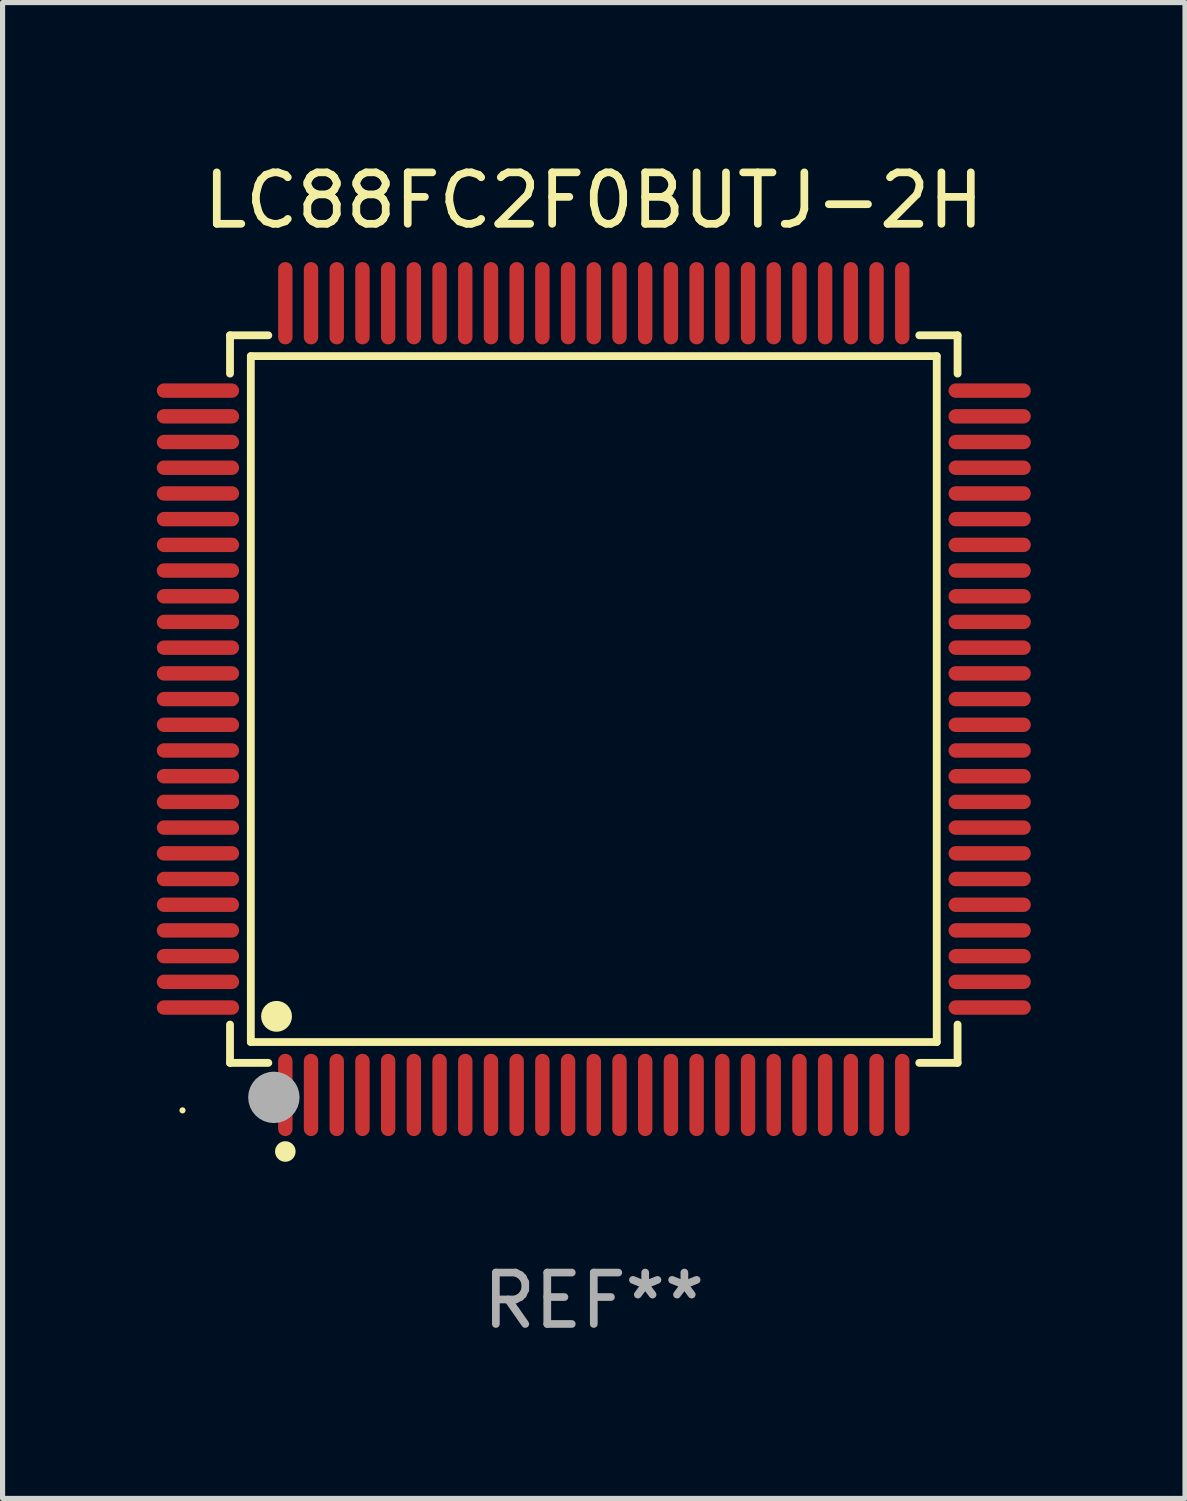
<source format=kicad_pcb>
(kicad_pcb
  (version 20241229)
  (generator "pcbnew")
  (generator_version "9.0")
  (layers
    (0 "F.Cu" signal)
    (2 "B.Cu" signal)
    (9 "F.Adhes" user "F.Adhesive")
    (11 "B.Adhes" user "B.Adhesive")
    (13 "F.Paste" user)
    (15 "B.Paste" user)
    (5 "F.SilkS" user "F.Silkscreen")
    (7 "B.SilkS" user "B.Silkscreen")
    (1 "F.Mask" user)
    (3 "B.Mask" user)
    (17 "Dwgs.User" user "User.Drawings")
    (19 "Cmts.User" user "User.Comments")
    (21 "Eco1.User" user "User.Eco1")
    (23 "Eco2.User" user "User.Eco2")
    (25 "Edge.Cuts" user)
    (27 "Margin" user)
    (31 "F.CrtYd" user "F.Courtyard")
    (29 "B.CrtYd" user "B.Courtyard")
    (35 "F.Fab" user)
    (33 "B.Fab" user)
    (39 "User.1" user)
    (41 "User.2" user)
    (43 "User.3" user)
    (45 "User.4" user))
  (footprint "LC88FC2F0BUTJ-2H"
    (layer "F.Cu")
    (at 8.5 10.548)
    (property "Reference" "LC88FC2F0BUTJ-2H" (at 0 -9.7 0) (layer "F.SilkS") (effects (font (size 1 1) (thickness 0.15))))
    (attr through_hole)
    (fp_line (start -7.076 -7.076) (end -6.331 -7.076) (stroke (width 0.152) (type solid)) (layer "F.SilkS"))
    (fp_line (start -7.076 -6.331) (end -7.076 -7.076) (stroke (width 0.152) (type solid)) (layer "F.SilkS"))
    (fp_line (start -7.076 6.331) (end -7.076 7.076) (stroke (width 0.152) (type solid)) (layer "F.SilkS"))
    (fp_line (start -7.076 7.076) (end -6.331 7.076) (stroke (width 0.152) (type solid)) (layer "F.SilkS"))
    (fp_line (start -6.671 -6.671) (end 6.671 -6.671) (stroke (width 0.152) (type solid)) (layer "F.SilkS"))
    (fp_line (start -6.671 6.671) (end -6.671 -6.671) (stroke (width 0.152) (type solid)) (layer "F.SilkS"))
    (fp_line (start 6.671 -6.671) (end 6.671 6.671) (stroke (width 0.152) (type solid)) (layer "F.SilkS"))
    (fp_line (start 6.671 6.671) (end -6.671 6.671) (stroke (width 0.152) (type solid)) (layer "F.SilkS"))
    (fp_line (start 7.076 -7.076) (end 6.331 -7.076) (stroke (width 0.152) (type solid)) (layer "F.SilkS"))
    (fp_line (start 7.076 -6.331) (end 7.076 -7.076) (stroke (width 0.152) (type solid)) (layer "F.SilkS"))
    (fp_line (start 7.076 6.331) (end 7.076 7.076) (stroke (width 0.152) (type solid)) (layer "F.SilkS"))
    (fp_line (start 7.076 7.076) (end 6.331 7.076) (stroke (width 0.152) (type solid)) (layer "F.SilkS"))
    (fp_circle (center -8 8) (end -7.97 8) (stroke (width 0.06) (type solid)) (fill no) (layer "F.SilkS"))
    (fp_circle (center -6.171 6.171) (end -6.021 6.171) (stroke (width 0.3) (type solid)) (fill no) (layer "F.SilkS"))
    (fp_circle (center -6 8.8) (end -5.9 8.8) (stroke (width 0.2) (type solid)) (fill no) (layer "F.SilkS"))
    (fp_circle (center -6.223 7.747) (end -5.973 7.747) (stroke (width 0.5) (type solid)) (fill no) (layer "F.Fab"))
    (fp_text user "REF**" (at 0 11.7 0) (layer "F.Fab") (effects (font (size 1 1) (thickness 0.15))))
    (pad "1" smd oval (at -6 7.7) (size 0.28 1.6) (layers "F.Cu" "F.Mask" "F.Paste"))
    (pad "2" smd oval (at -5.5 7.7) (size 0.28 1.6) (layers "F.Cu" "F.Mask" "F.Paste"))
    (pad "3" smd oval (at -5 7.7) (size 0.28 1.6) (layers "F.Cu" "F.Mask" "F.Paste"))
    (pad "4" smd oval (at -4.5 7.7) (size 0.28 1.6) (layers "F.Cu" "F.Mask" "F.Paste"))
    (pad "5" smd oval (at -4 7.7) (size 0.28 1.6) (layers "F.Cu" "F.Mask" "F.Paste"))
    (pad "6" smd oval (at -3.5 7.7) (size 0.28 1.6) (layers "F.Cu" "F.Mask" "F.Paste"))
    (pad "7" smd oval (at -3 7.7) (size 0.28 1.6) (layers "F.Cu" "F.Mask" "F.Paste"))
    (pad "8" smd oval (at -2.5 7.7) (size 0.28 1.6) (layers "F.Cu" "F.Mask" "F.Paste"))
    (pad "9" smd oval (at -2 7.7) (size 0.28 1.6) (layers "F.Cu" "F.Mask" "F.Paste"))
    (pad "10" smd oval (at -1.5 7.7) (size 0.28 1.6) (layers "F.Cu" "F.Mask" "F.Paste"))
    (pad "11" smd oval (at -1 7.7) (size 0.28 1.6) (layers "F.Cu" "F.Mask" "F.Paste"))
    (pad "12" smd oval (at -0.5 7.7) (size 0.28 1.6) (layers "F.Cu" "F.Mask" "F.Paste"))
    (pad "13" smd oval (at 0 7.7) (size 0.28 1.6) (layers "F.Cu" "F.Mask" "F.Paste"))
    (pad "14" smd oval (at 0.5 7.7) (size 0.28 1.6) (layers "F.Cu" "F.Mask" "F.Paste"))
    (pad "15" smd oval (at 1 7.7) (size 0.28 1.6) (layers "F.Cu" "F.Mask" "F.Paste"))
    (pad "16" smd oval (at 1.5 7.7) (size 0.28 1.6) (layers "F.Cu" "F.Mask" "F.Paste"))
    (pad "17" smd oval (at 2 7.7) (size 0.28 1.6) (layers "F.Cu" "F.Mask" "F.Paste"))
    (pad "18" smd oval (at 2.5 7.7) (size 0.28 1.6) (layers "F.Cu" "F.Mask" "F.Paste"))
    (pad "19" smd oval (at 3 7.7) (size 0.28 1.6) (layers "F.Cu" "F.Mask" "F.Paste"))
    (pad "20" smd oval (at 3.5 7.7) (size 0.28 1.6) (layers "F.Cu" "F.Mask" "F.Paste"))
    (pad "21" smd oval (at 4 7.7) (size 0.28 1.6) (layers "F.Cu" "F.Mask" "F.Paste"))
    (pad "22" smd oval (at 4.5 7.7) (size 0.28 1.6) (layers "F.Cu" "F.Mask" "F.Paste"))
    (pad "23" smd oval (at 5 7.7) (size 0.28 1.6) (layers "F.Cu" "F.Mask" "F.Paste"))
    (pad "24" smd oval (at 5.5 7.7) (size 0.28 1.6) (layers "F.Cu" "F.Mask" "F.Paste"))
    (pad "25" smd oval (at 6 7.7) (size 0.28 1.6) (layers "F.Cu" "F.Mask" "F.Paste"))
    (pad "26" smd oval (at 7.7 6) (size 1.6 0.28) (layers "F.Cu" "F.Mask" "F.Paste"))
    (pad "27" smd oval (at 7.7 5.5) (size 1.6 0.28) (layers "F.Cu" "F.Mask" "F.Paste"))
    (pad "28" smd oval (at 7.7 5) (size 1.6 0.28) (layers "F.Cu" "F.Mask" "F.Paste"))
    (pad "29" smd oval (at 7.7 4.5) (size 1.6 0.28) (layers "F.Cu" "F.Mask" "F.Paste"))
    (pad "30" smd oval (at 7.7 4) (size 1.6 0.28) (layers "F.Cu" "F.Mask" "F.Paste"))
    (pad "31" smd oval (at 7.7 3.5) (size 1.6 0.28) (layers "F.Cu" "F.Mask" "F.Paste"))
    (pad "32" smd oval (at 7.7 3) (size 1.6 0.28) (layers "F.Cu" "F.Mask" "F.Paste"))
    (pad "33" smd oval (at 7.7 2.5) (size 1.6 0.28) (layers "F.Cu" "F.Mask" "F.Paste"))
    (pad "34" smd oval (at 7.7 2) (size 1.6 0.28) (layers "F.Cu" "F.Mask" "F.Paste"))
    (pad "35" smd oval (at 7.7 1.5) (size 1.6 0.28) (layers "F.Cu" "F.Mask" "F.Paste"))
    (pad "36" smd oval (at 7.7 1) (size 1.6 0.28) (layers "F.Cu" "F.Mask" "F.Paste"))
    (pad "37" smd oval (at 7.7 0.5) (size 1.6 0.28) (layers "F.Cu" "F.Mask" "F.Paste"))
    (pad "38" smd oval (at 7.7 0) (size 1.6 0.28) (layers "F.Cu" "F.Mask" "F.Paste"))
    (pad "39" smd oval (at 7.7 -0.5) (size 1.6 0.28) (layers "F.Cu" "F.Mask" "F.Paste"))
    (pad "40" smd oval (at 7.7 -1) (size 1.6 0.28) (layers "F.Cu" "F.Mask" "F.Paste"))
    (pad "41" smd oval (at 7.7 -1.5) (size 1.6 0.28) (layers "F.Cu" "F.Mask" "F.Paste"))
    (pad "42" smd oval (at 7.7 -2) (size 1.6 0.28) (layers "F.Cu" "F.Mask" "F.Paste"))
    (pad "43" smd oval (at 7.7 -2.5) (size 1.6 0.28) (layers "F.Cu" "F.Mask" "F.Paste"))
    (pad "44" smd oval (at 7.7 -3) (size 1.6 0.28) (layers "F.Cu" "F.Mask" "F.Paste"))
    (pad "45" smd oval (at 7.7 -3.5) (size 1.6 0.28) (layers "F.Cu" "F.Mask" "F.Paste"))
    (pad "46" smd oval (at 7.7 -4) (size 1.6 0.28) (layers "F.Cu" "F.Mask" "F.Paste"))
    (pad "47" smd oval (at 7.7 -4.5) (size 1.6 0.28) (layers "F.Cu" "F.Mask" "F.Paste"))
    (pad "48" smd oval (at 7.7 -5) (size 1.6 0.28) (layers "F.Cu" "F.Mask" "F.Paste"))
    (pad "49" smd oval (at 7.7 -5.5) (size 1.6 0.28) (layers "F.Cu" "F.Mask" "F.Paste"))
    (pad "50" smd oval (at 7.7 -6) (size 1.6 0.28) (layers "F.Cu" "F.Mask" "F.Paste"))
    (pad "51" smd oval (at 6 -7.7) (size 0.28 1.6) (layers "F.Cu" "F.Mask" "F.Paste"))
    (pad "52" smd oval (at 5.5 -7.7) (size 0.28 1.6) (layers "F.Cu" "F.Mask" "F.Paste"))
    (pad "53" smd oval (at 5 -7.7) (size 0.28 1.6) (layers "F.Cu" "F.Mask" "F.Paste"))
    (pad "54" smd oval (at 4.5 -7.7) (size 0.28 1.6) (layers "F.Cu" "F.Mask" "F.Paste"))
    (pad "55" smd oval (at 4 -7.7) (size 0.28 1.6) (layers "F.Cu" "F.Mask" "F.Paste"))
    (pad "56" smd oval (at 3.5 -7.7) (size 0.28 1.6) (layers "F.Cu" "F.Mask" "F.Paste"))
    (pad "57" smd oval (at 3 -7.7) (size 0.28 1.6) (layers "F.Cu" "F.Mask" "F.Paste"))
    (pad "58" smd oval (at 2.5 -7.7) (size 0.28 1.6) (layers "F.Cu" "F.Mask" "F.Paste"))
    (pad "59" smd oval (at 2 -7.7) (size 0.28 1.6) (layers "F.Cu" "F.Mask" "F.Paste"))
    (pad "60" smd oval (at 1.5 -7.7) (size 0.28 1.6) (layers "F.Cu" "F.Mask" "F.Paste"))
    (pad "61" smd oval (at 1 -7.7) (size 0.28 1.6) (layers "F.Cu" "F.Mask" "F.Paste"))
    (pad "62" smd oval (at 0.5 -7.7) (size 0.28 1.6) (layers "F.Cu" "F.Mask" "F.Paste"))
    (pad "63" smd oval (at 0 -7.7) (size 0.28 1.6) (layers "F.Cu" "F.Mask" "F.Paste"))
    (pad "64" smd oval (at -0.5 -7.7) (size 0.28 1.6) (layers "F.Cu" "F.Mask" "F.Paste"))
    (pad "65" smd oval (at -1 -7.7) (size 0.28 1.6) (layers "F.Cu" "F.Mask" "F.Paste"))
    (pad "66" smd oval (at -1.5 -7.7) (size 0.28 1.6) (layers "F.Cu" "F.Mask" "F.Paste"))
    (pad "67" smd oval (at -2 -7.7) (size 0.28 1.6) (layers "F.Cu" "F.Mask" "F.Paste"))
    (pad "68" smd oval (at -2.5 -7.7) (size 0.28 1.6) (layers "F.Cu" "F.Mask" "F.Paste"))
    (pad "69" smd oval (at -3 -7.7) (size 0.28 1.6) (layers "F.Cu" "F.Mask" "F.Paste"))
    (pad "70" smd oval (at -3.5 -7.7) (size 0.28 1.6) (layers "F.Cu" "F.Mask" "F.Paste"))
    (pad "71" smd oval (at -4 -7.7) (size 0.28 1.6) (layers "F.Cu" "F.Mask" "F.Paste"))
    (pad "72" smd oval (at -4.5 -7.7) (size 0.28 1.6) (layers "F.Cu" "F.Mask" "F.Paste"))
    (pad "73" smd oval (at -5 -7.7) (size 0.28 1.6) (layers "F.Cu" "F.Mask" "F.Paste"))
    (pad "74" smd oval (at -5.5 -7.7) (size 0.28 1.6) (layers "F.Cu" "F.Mask" "F.Paste"))
    (pad "75" smd oval (at -6 -7.7) (size 0.28 1.6) (layers "F.Cu" "F.Mask" "F.Paste"))
    (pad "76" smd oval (at -7.7 -6) (size 1.6 0.28) (layers "F.Cu" "F.Mask" "F.Paste"))
    (pad "77" smd oval (at -7.7 -5.5) (size 1.6 0.28) (layers "F.Cu" "F.Mask" "F.Paste"))
    (pad "78" smd oval (at -7.7 -5) (size 1.6 0.28) (layers "F.Cu" "F.Mask" "F.Paste"))
    (pad "79" smd oval (at -7.7 -4.5) (size 1.6 0.28) (layers "F.Cu" "F.Mask" "F.Paste"))
    (pad "80" smd oval (at -7.7 -4) (size 1.6 0.28) (layers "F.Cu" "F.Mask" "F.Paste"))
    (pad "81" smd oval (at -7.7 -3.5) (size 1.6 0.28) (layers "F.Cu" "F.Mask" "F.Paste"))
    (pad "82" smd oval (at -7.7 -3) (size 1.6 0.28) (layers "F.Cu" "F.Mask" "F.Paste"))
    (pad "83" smd oval (at -7.7 -2.5) (size 1.6 0.28) (layers "F.Cu" "F.Mask" "F.Paste"))
    (pad "84" smd oval (at -7.7 -2) (size 1.6 0.28) (layers "F.Cu" "F.Mask" "F.Paste"))
    (pad "85" smd oval (at -7.7 -1.5) (size 1.6 0.28) (layers "F.Cu" "F.Mask" "F.Paste"))
    (pad "86" smd oval (at -7.7 -1) (size 1.6 0.28) (layers "F.Cu" "F.Mask" "F.Paste"))
    (pad "87" smd oval (at -7.7 -0.5) (size 1.6 0.28) (layers "F.Cu" "F.Mask" "F.Paste"))
    (pad "88" smd oval (at -7.7 0) (size 1.6 0.28) (layers "F.Cu" "F.Mask" "F.Paste"))
    (pad "89" smd oval (at -7.7 0.5) (size 1.6 0.28) (layers "F.Cu" "F.Mask" "F.Paste"))
    (pad "90" smd oval (at -7.7 1) (size 1.6 0.28) (layers "F.Cu" "F.Mask" "F.Paste"))
    (pad "91" smd oval (at -7.7 1.5) (size 1.6 0.28) (layers "F.Cu" "F.Mask" "F.Paste"))
    (pad "92" smd oval (at -7.7 2) (size 1.6 0.28) (layers "F.Cu" "F.Mask" "F.Paste"))
    (pad "93" smd oval (at -7.7 2.5) (size 1.6 0.28) (layers "F.Cu" "F.Mask" "F.Paste"))
    (pad "94" smd oval (at -7.7 3) (size 1.6 0.28) (layers "F.Cu" "F.Mask" "F.Paste"))
    (pad "95" smd oval (at -7.7 3.5) (size 1.6 0.28) (layers "F.Cu" "F.Mask" "F.Paste"))
    (pad "96" smd oval (at -7.7 4) (size 1.6 0.28) (layers "F.Cu" "F.Mask" "F.Paste"))
    (pad "97" smd oval (at -7.7 4.5) (size 1.6 0.28) (layers "F.Cu" "F.Mask" "F.Paste"))
    (pad "98" smd oval (at -7.7 5) (size 1.6 0.28) (layers "F.Cu" "F.Mask" "F.Paste"))
    (pad "99" smd oval (at -7.7 5.5) (size 1.6 0.28) (layers "F.Cu" "F.Mask" "F.Paste"))
    (pad "100" smd oval (at -7.7 6) (size 1.6 0.28) (layers "F.Cu" "F.Mask" "F.Paste")))
  (gr_rect
    (start -3 -3)
    (end 20 26.097)
    (stroke (width 0.1) (type default))
    (fill no)
    (layer "Edge.Cuts")))
</source>
